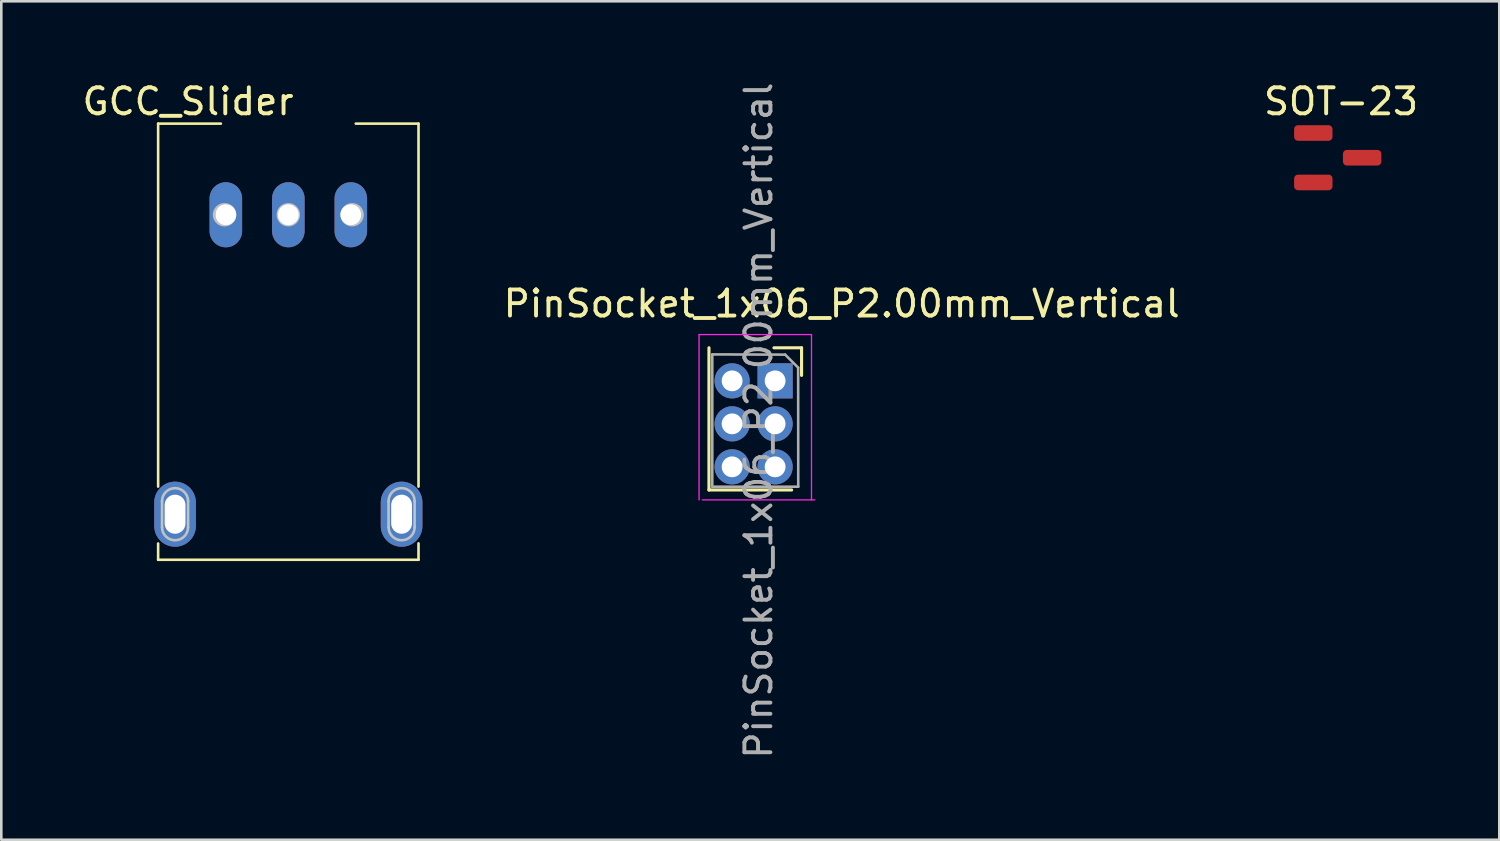
<source format=kicad_pcb>
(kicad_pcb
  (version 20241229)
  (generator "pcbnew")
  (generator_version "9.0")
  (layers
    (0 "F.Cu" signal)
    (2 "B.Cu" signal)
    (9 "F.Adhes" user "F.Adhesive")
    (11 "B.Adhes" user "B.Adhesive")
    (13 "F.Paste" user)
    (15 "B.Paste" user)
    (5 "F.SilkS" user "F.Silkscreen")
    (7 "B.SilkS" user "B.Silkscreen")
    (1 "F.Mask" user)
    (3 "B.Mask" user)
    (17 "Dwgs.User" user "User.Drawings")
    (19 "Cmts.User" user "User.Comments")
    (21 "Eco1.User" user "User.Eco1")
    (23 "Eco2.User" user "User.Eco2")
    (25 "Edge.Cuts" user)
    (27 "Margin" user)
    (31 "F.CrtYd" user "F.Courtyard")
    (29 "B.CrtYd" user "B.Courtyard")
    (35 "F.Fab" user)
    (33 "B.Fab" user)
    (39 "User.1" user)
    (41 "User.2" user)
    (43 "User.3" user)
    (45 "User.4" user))
  (footprint "PinSocket_1x06_P2.00mm_Vertical"
    (layer "F.Cu")
    (at 22.527 10.307)
    (property "Reference" "PinSocket_1x06_P2.00mm_Vertical" (at 6.747 -1.694 180) (layer "F.SilkS") (effects (font (size 1 1) (thickness 0.15))))
    (attr through_hole)
    (fp_line (start 1.651 0) (end 1.651 5.461) (stroke (width 0.12) (type solid)) (layer "F.SilkS"))
    (fp_line (start 1.651 5.461) (end 4.826 5.461) (stroke (width 0.12) (type solid)) (layer "F.SilkS"))
    (fp_line (start 4.147 0) (end 5.207 0) (stroke (width 0.12) (type solid)) (layer "F.SilkS"))
    (fp_line (start 5.207 0) (end 5.207 1.06) (stroke (width 0.12) (type solid)) (layer "F.SilkS"))
    (fp_line (start 1.27 -0.508) (end 5.588 -0.508) (stroke (width 0.05) (type solid)) (layer "F.CrtYd"))
    (fp_line (start 1.27 5.842) (end 1.27 -0.508) (stroke (width 0.05) (type solid)) (layer "F.CrtYd"))
    (fp_line (start 5.588 -0.508) (end 5.588 5.842) (stroke (width 0.05) (type solid)) (layer "F.CrtYd"))
    (fp_line (start 5.715 5.842) (end 1.397 5.842) (stroke (width 0.05) (type solid)) (layer "F.CrtYd"))
    (fp_line (start 1.778 0.254) (end 4.576 0.262) (stroke (width 0.1) (type solid)) (layer "F.Fab"))
    (fp_line (start 1.778 5.334) (end 1.778 0.254) (stroke (width 0.1) (type solid)) (layer "F.Fab"))
    (fp_line (start 4.576 0.262) (end 5.076 0.762) (stroke (width 0.1) (type solid)) (layer "F.Fab"))
    (fp_line (start 5.076 0.762) (end 5.08 5.334) (stroke (width 0.1) (type solid)) (layer "F.Fab"))
    (fp_line (start 5.08 5.334) (end 1.778 5.334) (stroke (width 0.1) (type solid)) (layer "F.Fab"))
    (fp_text user "${REFERENCE}" (at 3.556 2.794 90) (layer "F.Fab") (effects (font (size 1 1) (thickness 0.15))))
    (pad "1" thru_hole rect (at 4.191 1.27) (size 1.35 1.35) (drill 0.8) (layers "*.Cu" "*.Mask"))
    (pad "2" thru_hole oval (at 4.191 2.921) (size 1.35 1.35) (drill 0.8) (layers "*.Cu" "*.Mask"))
    (pad "3" thru_hole oval (at 4.191 4.572) (size 1.35 1.35) (drill 0.8) (layers "*.Cu" "*.Mask"))
    (pad "4" thru_hole oval (at 2.54 1.27) (size 1.35 1.35) (drill 0.8) (layers "*.Cu" "*.Mask"))
    (pad "5" thru_hole oval (at 2.54 2.921) (size 1.35 1.35) (drill 0.8) (layers "*.Cu" "*.Mask"))
    (pad "6" thru_hole oval (at 2.54 4.572) (size 1.35 1.35) (drill 0.8) (layers "*.Cu" "*.Mask")))
  (footprint "SOT-23"
    (layer "F.Cu")
    (at 48.325 3.007)
    (property "Reference" "SOT-23" (at 0.127 -2.159 180) (layer "F.SilkS") (effects (font (size 1 1) (thickness 0.15))))
    (attr smd)
    (pad "1" smd roundrect (at -0.938 -0.95) (size 1.475 0.6) (layers "F.Cu" "F.Mask" "F.Paste") (roundrect_rratio 0.25))
    (pad "2" smd roundrect (at -0.938 0.95) (size 1.475 0.6) (layers "F.Cu" "F.Mask" "F.Paste") (roundrect_rratio 0.25))
    (pad "3" smd roundrect (at 0.938 0) (size 1.475 0.6) (layers "F.Cu" "F.Mask" "F.Paste") (roundrect_rratio 0.25)))
  (footprint "GCC_Slider"
    (layer "F.Cu")
    (at 8.023 5.198)
    (property "Reference" "GCC_Slider" (at -3.85 -4.35 0) (layer "F.SilkS") (effects (font (size 1 1) (thickness 0.15))))
    (attr through_hole)
    (fp_line (start -5 -3.5) (end -5 10.44) (stroke (width 0.1) (type solid)) (layer "F.SilkS"))
    (fp_line (start -5 -3.5) (end -2.59 -3.5) (stroke (width 0.1) (type solid)) (layer "F.SilkS"))
    (fp_line (start -5 13.25) (end -5 12.625) (stroke (width 0.1) (type solid)) (layer "F.SilkS"))
    (fp_line (start -5 13.25) (end 5 13.25) (stroke (width 0.1) (type solid)) (layer "F.SilkS"))
    (fp_line (start 2.59 -3.5) (end 5 -3.5) (stroke (width 0.1) (type solid)) (layer "F.SilkS"))
    (fp_line (start 5 -3.5) (end 5 10.44) (stroke (width 0.1) (type solid)) (layer "F.SilkS"))
    (fp_line (start 5 13.25) (end 5 12.62) (stroke (width 0.1) (type solid)) (layer "F.SilkS"))
    (fp_line (start -4.85 12) (end -4.85 11) (stroke (width 0.1) (type solid)) (layer "Dwgs.User"))
    (fp_line (start -4.35 12) (end -4.35 11) (stroke (width 0.1) (type solid)) (layer "Dwgs.User"))
    (fp_line (start -3.85 12) (end -3.85 11) (stroke (width 0.1) (type solid)) (layer "Dwgs.User"))
    (fp_line (start 3.85 12) (end 3.85 11) (stroke (width 0.1) (type solid)) (layer "Dwgs.User"))
    (fp_line (start 4.35 12) (end 4.35 11) (stroke (width 0.1) (type solid)) (layer "Dwgs.User"))
    (fp_line (start 4.85 12) (end 4.85 11) (stroke (width 0.1) (type solid)) (layer "Dwgs.User"))
    (fp_arc (start -4.85 11) (mid -4.35 10.5) (end -3.85 11) (stroke (width 0.1) (type solid)) (layer "Dwgs.User"))
    (fp_arc (start -3.85 12) (mid -4.35 12.5) (end -4.85 12) (stroke (width 0.1) (type solid)) (layer "Dwgs.User"))
    (fp_arc (start 3.85 11) (mid 4.35 10.5) (end 4.85 11) (stroke (width 0.1) (type solid)) (layer "Dwgs.User"))
    (fp_arc (start 4.85 12) (mid 4.35 12.5) (end 3.85 12) (stroke (width 0.1) (type solid)) (layer "Dwgs.User"))
    (fp_circle (center -2.45 0) (end -2.05 0) (stroke (width 0.1) (type solid)) (fill no) (layer "Dwgs.User"))
    (fp_circle (center 0 0) (end 0.4 0) (stroke (width 0.1) (type solid)) (fill no) (layer "Dwgs.User"))
    (fp_circle (center 2.45 0) (end 2.85 0) (stroke (width 0.1) (type solid)) (fill no) (layer "Dwgs.User"))
    (pad "" thru_hole oval (at -4.35 11.5 180) (size 1.6 2.5) (drill oval 0.8 1.5) (layers "*.Cu" "*.Mask"))
    (pad "" thru_hole oval (at 4.35 11.5 180) (size 1.6 2.5) (drill oval 0.8 1.5) (layers "*.Cu" "*.Mask"))
    (pad "1" thru_hole oval (at 2.4 0 180) (size 1.25 2.5) (drill 0.8) (layers "*.Cu" "*.Mask"))
    (pad "2" thru_hole oval (at 0 0 180) (size 1.25 2.5) (drill 0.8) (layers "*.Cu" "*.Mask"))
    (pad "3" thru_hole oval (at -2.4 0 180) (size 1.25 2.5) (drill 0.8) (layers "*.Cu" "*.Mask")))
  (gr_rect
    (start -3 -3)
    (end 54.53 29.202)
    (stroke (width 0.1) (type default))
    (fill no)
    (layer "Edge.Cuts")))
</source>
